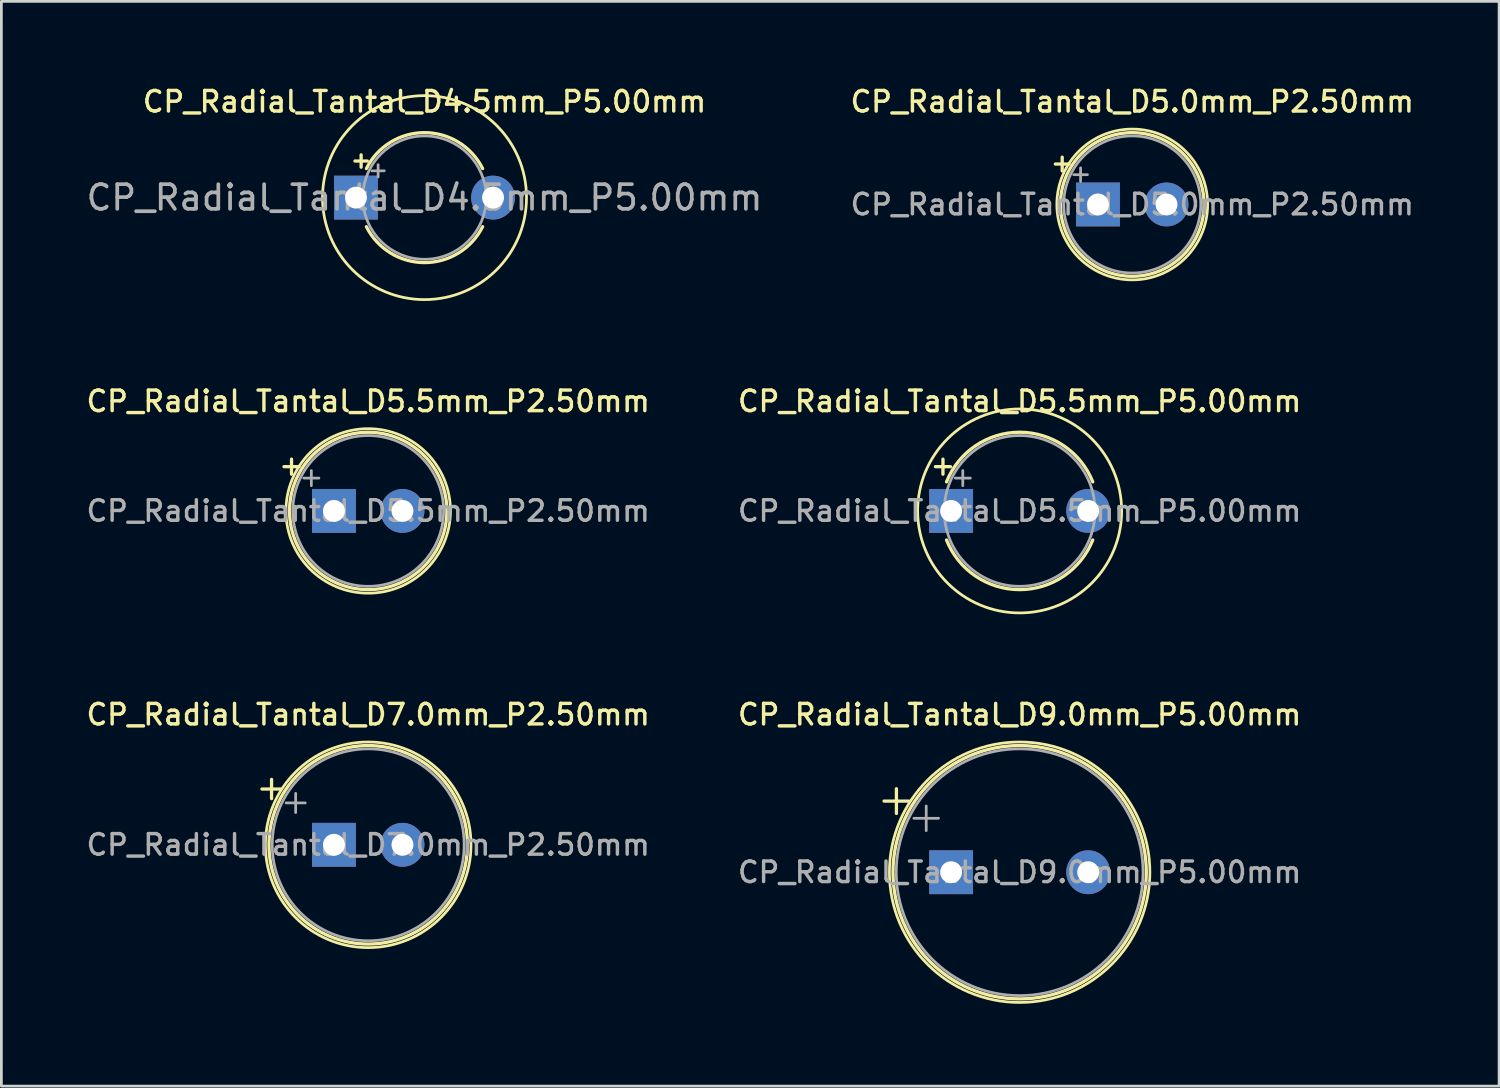
<source format=kicad_pcb>
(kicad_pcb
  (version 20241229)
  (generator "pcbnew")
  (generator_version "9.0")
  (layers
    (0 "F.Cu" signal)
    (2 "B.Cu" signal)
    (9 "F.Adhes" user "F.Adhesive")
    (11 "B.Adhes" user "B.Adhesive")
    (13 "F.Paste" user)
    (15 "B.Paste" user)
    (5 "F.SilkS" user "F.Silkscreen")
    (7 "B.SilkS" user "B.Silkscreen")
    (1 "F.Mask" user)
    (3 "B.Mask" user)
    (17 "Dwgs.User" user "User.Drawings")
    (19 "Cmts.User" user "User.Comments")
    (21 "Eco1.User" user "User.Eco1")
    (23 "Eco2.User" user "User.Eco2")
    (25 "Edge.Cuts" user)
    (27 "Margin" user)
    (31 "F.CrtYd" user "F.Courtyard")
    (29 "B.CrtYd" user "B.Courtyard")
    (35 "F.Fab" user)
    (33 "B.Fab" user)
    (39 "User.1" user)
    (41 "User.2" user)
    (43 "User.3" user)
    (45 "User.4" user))
  (footprint "CP_Radial_Tantal_D9.0mm_P5.00mm"
    (layer "F.Cu")
    (at 31.641 28.764)
    (property "Reference" "CP_Radial_Tantal_D9.0mm_P5.00mm" (at 2.5 -5.75 0) (layer "F.SilkS") (effects (font (size 0.75 0.75) (thickness 0.125))))
    (attr through_hole)
    (fp_line (start -2.445 -2.595) (end -1.545 -2.595) (stroke (width 0.12) (type solid)) (layer "F.SilkS"))
    (fp_line (start -1.995 -3.045) (end -1.995 -2.145) (stroke (width 0.12) (type solid)) (layer "F.SilkS"))
    (fp_circle (center 2.5 0) (end 7.12 0) (stroke (width 0.12) (type solid)) (fill no) (layer "F.SilkS"))
    (fp_circle (center 2.5 0) (end 7.25 0) (stroke (width 0.1) (type solid)) (fill no) (layer "F.SilkS"))
    (fp_line (start -1.358 -1.968) (end -0.458 -1.968) (stroke (width 0.1) (type solid)) (layer "F.Fab"))
    (fp_line (start -0.908 -2.417) (end -0.908 -1.518) (stroke (width 0.1) (type solid)) (layer "F.Fab"))
    (fp_circle (center 2.5 0) (end 7 0) (stroke (width 0.1) (type solid)) (fill no) (layer "F.Fab"))
    (fp_text user "${REFERENCE}" (at 2.5 0 0) (layer "F.Fab") (effects (font (size 0.75 0.75) (thickness 0.125))))
    (pad "1" thru_hole rect (at 0 0) (size 1.6 1.6) (drill 0.8) (layers "*.Cu" "*.Mask"))
    (pad "2" thru_hole circle (at 5 0) (size 1.6 1.6) (drill 0.8) (layers "*.Cu" "*.Mask")))
  (footprint "CP_Radial_Tantal_D5.5mm_P5.00mm"
    (layer "F.Cu")
    (at 31.641 15.586)
    (property "Reference" "CP_Radial_Tantal_D5.5mm_P5.00mm" (at 2.5 -4 0) (layer "F.SilkS") (effects (font (size 0.75 0.75) (thickness 0.125))))
    (attr through_hole)
    (fp_line (start -0.572 -1.615) (end -0.022 -1.615) (stroke (width 0.12) (type solid)) (layer "F.SilkS"))
    (fp_line (start -0.297 -1.89) (end -0.297 -1.34) (stroke (width 0.12) (type solid)) (layer "F.SilkS"))
    (fp_arc (start -0.167077 -1.06) (mid 2.5 -2.87) (end 5.167077 -1.06) (stroke (width 0.12) (type solid)) (layer "F.SilkS"))
    (fp_arc (start 5.167077 1.06) (mid 2.5 2.87) (end -0.167077 1.06) (stroke (width 0.12) (type solid)) (layer "F.SilkS"))
    (fp_circle (center 2.5 0) (end 6.22 0) (stroke (width 0.1) (type solid)) (fill no) (layer "F.SilkS"))
    (fp_line (start 0.151 -1.198) (end 0.701 -1.198) (stroke (width 0.1) (type solid)) (layer "F.Fab"))
    (fp_line (start 0.426 -1.472) (end 0.426 -0.922) (stroke (width 0.1) (type solid)) (layer "F.Fab"))
    (fp_circle (center 2.5 0) (end 5.25 0) (stroke (width 0.1) (type solid)) (fill no) (layer "F.Fab"))
    (fp_text user "${REFERENCE}" (at 2.5 0 0) (layer "F.Fab") (effects (font (size 0.75 0.75) (thickness 0.125))))
    (pad "1" thru_hole rect (at 0 0) (size 1.6 1.6) (drill 0.8) (layers "*.Cu" "*.Mask"))
    (pad "2" thru_hole circle (at 5 0) (size 1.6 1.6) (drill 0.8) (layers "*.Cu" "*.Mask")))
  (footprint "CP_Radial_Tantal_D7.0mm_P2.50mm"
    (layer "F.Cu")
    (at 9.13 27.764)
    (property "Reference" "CP_Radial_Tantal_D7.0mm_P2.50mm" (at 1.25 -4.75 0) (layer "F.SilkS") (effects (font (size 0.75 0.75) (thickness 0.125))))
    (attr through_hole)
    (fp_line (start -2.625 -2.035) (end -1.925 -2.035) (stroke (width 0.12) (type solid)) (layer "F.SilkS"))
    (fp_line (start -2.275 -2.385) (end -2.275 -1.685) (stroke (width 0.12) (type solid)) (layer "F.SilkS"))
    (fp_circle (center 1.25 0) (end 4.87 0) (stroke (width 0.12) (type solid)) (fill no) (layer "F.SilkS"))
    (fp_circle (center 1.25 0) (end 5 0) (stroke (width 0.1) (type solid)) (fill no) (layer "F.SilkS"))
    (fp_line (start -1.746 -1.528) (end -1.046 -1.528) (stroke (width 0.1) (type solid)) (layer "F.Fab"))
    (fp_line (start -1.396 -1.877) (end -1.396 -1.177) (stroke (width 0.1) (type solid)) (layer "F.Fab"))
    (fp_circle (center 1.25 0) (end 4.75 0) (stroke (width 0.1) (type solid)) (fill no) (layer "F.Fab"))
    (fp_text user "${REFERENCE}" (at 1.25 0 0) (layer "F.Fab") (effects (font (size 0.75 0.75) (thickness 0.125))))
    (pad "1" thru_hole rect (at 0 0) (size 1.6 1.6) (drill 0.8) (layers "*.Cu" "*.Mask"))
    (pad "2" thru_hole circle (at 2.5 0) (size 1.6 1.6) (drill 0.8) (layers "*.Cu" "*.Mask")))
  (footprint "CP_Radial_Tantal_D5.5mm_P2.50mm"
    (layer "F.Cu")
    (at 9.13 15.586)
    (property "Reference" "CP_Radial_Tantal_D5.5mm_P2.50mm" (at 1.25 -4 0) (layer "F.SilkS") (effects (font (size 0.75 0.75) (thickness 0.125))))
    (attr through_hole)
    (fp_line (start -1.822 -1.615) (end -1.272 -1.615) (stroke (width 0.12) (type solid)) (layer "F.SilkS"))
    (fp_line (start -1.547 -1.89) (end -1.547 -1.34) (stroke (width 0.12) (type solid)) (layer "F.SilkS"))
    (fp_circle (center 1.25 0) (end 4.12 0) (stroke (width 0.12) (type solid)) (fill no) (layer "F.SilkS"))
    (fp_circle (center 1.25 0) (end 4.25 0) (stroke (width 0.1) (type solid)) (fill no) (layer "F.SilkS"))
    (fp_line (start -1.099 -1.198) (end -0.549 -1.198) (stroke (width 0.1) (type solid)) (layer "F.Fab"))
    (fp_line (start -0.824 -1.472) (end -0.824 -0.922) (stroke (width 0.1) (type solid)) (layer "F.Fab"))
    (fp_circle (center 1.25 0) (end 4 0) (stroke (width 0.1) (type solid)) (fill no) (layer "F.Fab"))
    (fp_text user "${REFERENCE}" (at 1.25 0 0) (layer "F.Fab") (effects (font (size 0.75 0.75) (thickness 0.125))))
    (pad "1" thru_hole rect (at 0 0) (size 1.6 1.6) (drill 0.8) (layers "*.Cu" "*.Mask"))
    (pad "2" thru_hole circle (at 2.5 0) (size 1.6 1.6) (drill 0.8) (layers "*.Cu" "*.Mask")))
  (footprint "CP_Radial_Tantal_D5.0mm_P2.50mm"
    (layer "F.Cu")
    (at 36.998 4.408)
    (property "Reference" "CP_Radial_Tantal_D5.0mm_P2.50mm" (at 1.25 -3.75 0) (layer "F.SilkS") (effects (font (size 0.75 0.75) (thickness 0.125))))
    (attr through_hole)
    (fp_line (start -1.555 -1.475) (end -1.055 -1.475) (stroke (width 0.12) (type solid)) (layer "F.SilkS"))
    (fp_line (start -1.305 -1.725) (end -1.305 -1.225) (stroke (width 0.12) (type solid)) (layer "F.SilkS"))
    (fp_circle (center 1.25 0) (end 3.87 0) (stroke (width 0.12) (type solid)) (fill no) (layer "F.SilkS"))
    (fp_circle (center 1.25 0) (end 4 0) (stroke (width 0.1) (type solid)) (fill no) (layer "F.SilkS"))
    (fp_line (start -0.884 -1.087) (end -0.384 -1.087) (stroke (width 0.1) (type solid)) (layer "F.Fab"))
    (fp_line (start -0.634 -1.337) (end -0.634 -0.838) (stroke (width 0.1) (type solid)) (layer "F.Fab"))
    (fp_circle (center 1.25 0) (end 3.75 0) (stroke (width 0.1) (type solid)) (fill no) (layer "F.Fab"))
    (fp_text user "${REFERENCE}" (at 1.25 0 0) (layer "F.Fab") (effects (font (size 0.75 0.75) (thickness 0.125))))
    (pad "1" thru_hole rect (at 0 0) (size 1.6 1.6) (drill 0.8) (layers "*.Cu" "*.Mask"))
    (pad "2" thru_hole circle (at 2.5 0) (size 1.6 1.6) (drill 0.8) (layers "*.Cu" "*.Mask")))
  (footprint "CP_Radial_Tantal_D4.5mm_P5.00mm"
    (layer "F.Cu")
    (at 9.934 4.158)
    (property "Reference" "CP_Radial_Tantal_D4.5mm_P5.00mm" (at 2.5 -3.5 0) (layer "F.SilkS") (effects (font (size 0.75 0.75) (thickness 0.125))))
    (attr through_hole)
    (fp_line (start -0.037 -1.335) (end 0.413 -1.335) (stroke (width 0.12) (type solid)) (layer "F.SilkS"))
    (fp_line (start 0.188 -1.56) (end 0.188 -1.11) (stroke (width 0.12) (type solid)) (layer "F.SilkS"))
    (fp_arc (start 0.380259 -1.06) (mid 2.5 -2.37) (end 4.619741 -1.06) (stroke (width 0.12) (type solid)) (layer "F.SilkS"))
    (fp_arc (start 4.619741 1.06) (mid 2.5 2.37) (end 0.380259 1.06) (stroke (width 0.12) (type solid)) (layer "F.SilkS"))
    (fp_circle (center 2.5 0) (end 6.22 0) (stroke (width 0.1) (type solid)) (fill no) (layer "F.SilkS"))
    (fp_line (start 0.582 -0.978) (end 1.032 -0.978) (stroke (width 0.1) (type solid)) (layer "F.Fab"))
    (fp_line (start 0.807 -1.202) (end 0.807 -0.752) (stroke (width 0.1) (type solid)) (layer "F.Fab"))
    (fp_circle (center 2.5 0) (end 4.75 0) (stroke (width 0.1) (type solid)) (fill no) (layer "F.Fab"))
    (fp_text user "${REFERENCE}" (at 2.5 0 0) (layer "F.Fab") (effects (font (size 0.9 0.9) (thickness 0.135))))
    (pad "1" thru_hole rect (at 0 0) (size 1.6 1.6) (drill 0.8) (layers "*.Cu" "*.Mask"))
    (pad "2" thru_hole circle (at 5 0) (size 1.6 1.6) (drill 0.8) (layers "*.Cu" "*.Mask")))
  (gr_rect
    (start -3 -3)
    (end 51.629 36.564)
    (stroke (width 0.1) (type default))
    (fill no)
    (layer "Edge.Cuts")))
</source>
